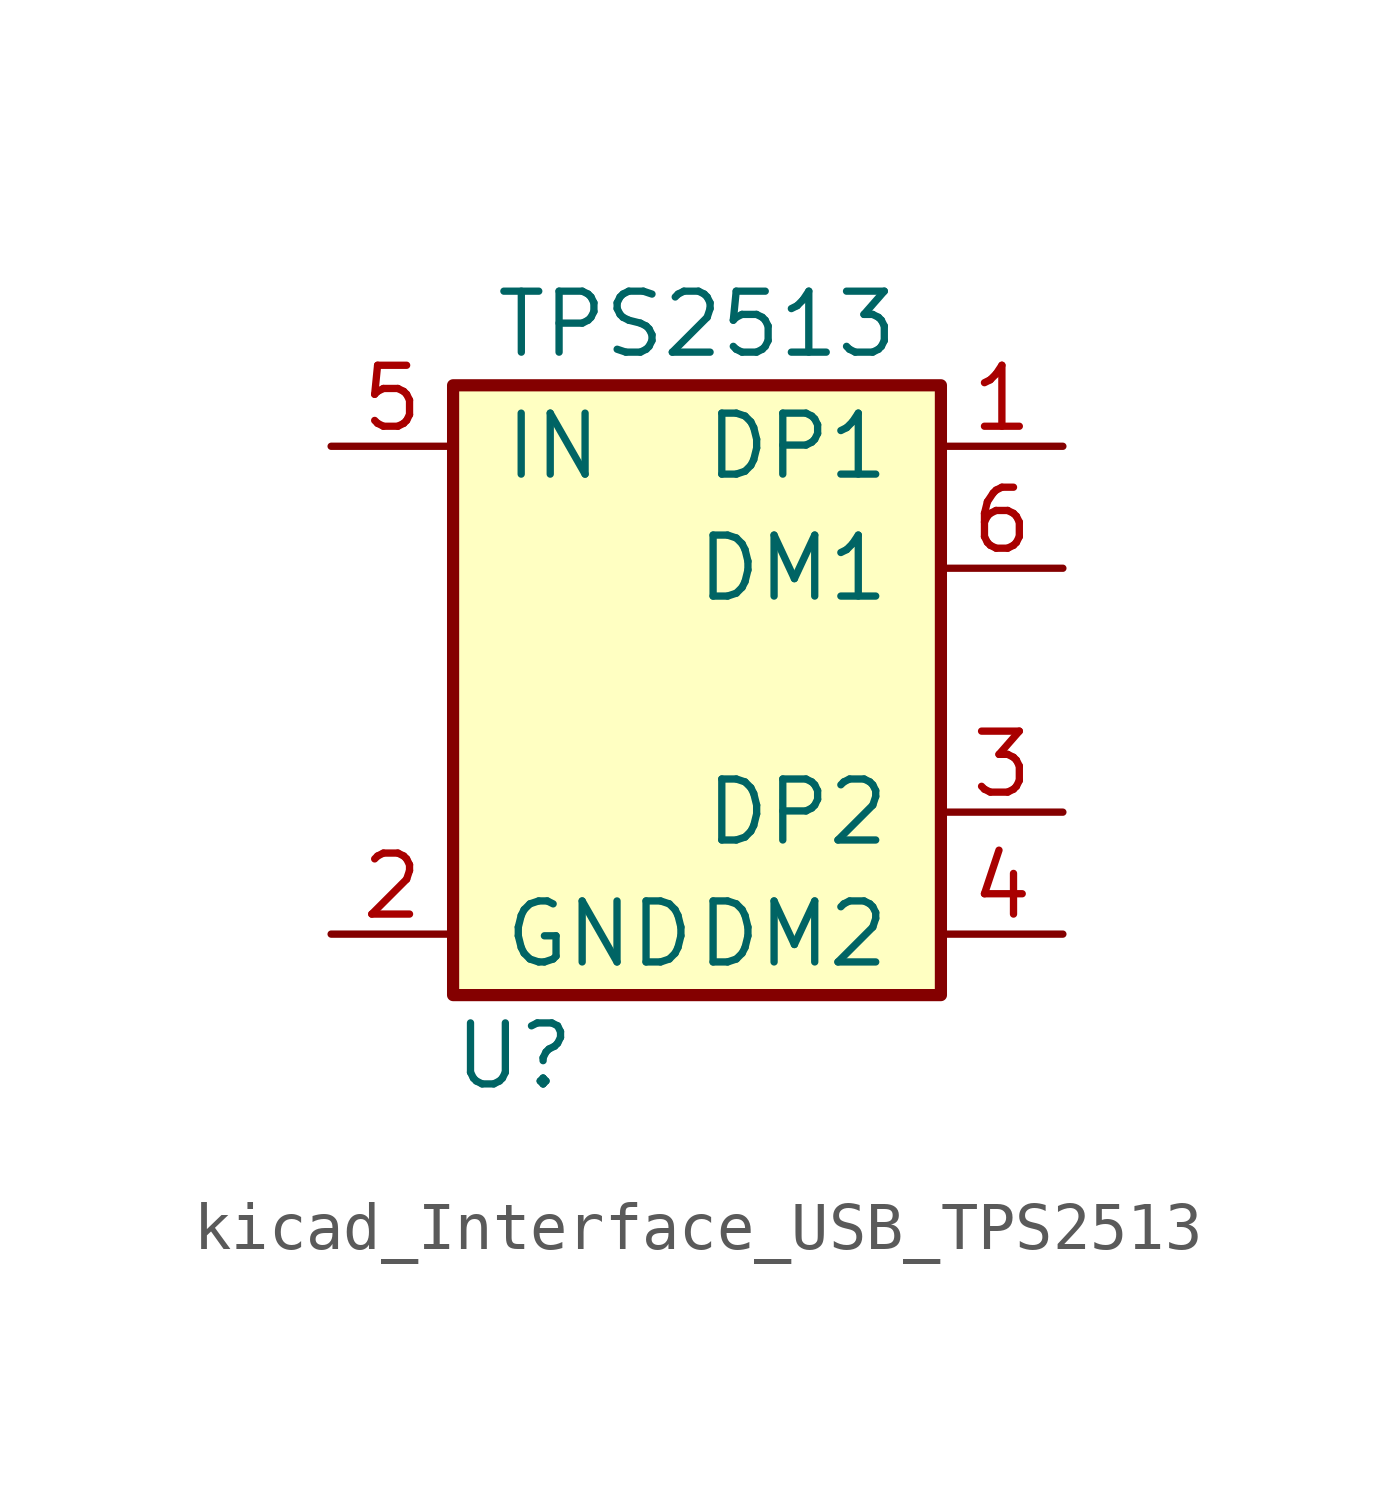
<source format=kicad_sym>
(kicad_symbol_lib
  (version 20220914)
  (generator kicad_symbol_editor)
  (symbol "kicad_Interface_USB_TPS2513"
    (pin_names
      (offset 1.016))
    (property "Reference" "U"
      (at -3.81 -7.62 0)
      (effects (font (size 1.27 1.27))))
    (property "Value" "TPS2513"
      (at 0 7.62 0)
      (effects (font (size 1.27 1.27))))
    (symbol "kicad_Interface_USB_TPS2513_0_1"
      (rectangle (start -5.08 6.35) (end 5.08 -6.35) (stroke (width 0.254) (type default)) (fill (type background))))
    (symbol "kicad_Interface_USB_TPS2513_1_1"
      (pin input line (at 7.62 5.08 180) (length 2.54) (name "DP1" (effects (font (size 1.27 1.27)))) (number "1" (effects (font (size 1.27 1.27)))))
      (pin power_in line (at -7.62 -5.08 0) (length 2.54) (name "GND" (effects (font (size 1.27 1.27)))) (number "2" (effects (font (size 1.27 1.27)))))
      (pin input line (at 7.62 -2.54 180) (length 2.54) (name "DP2" (effects (font (size 1.27 1.27)))) (number "3" (effects (font (size 1.27 1.27)))))
      (pin input line (at 7.62 -5.08 180) (length 2.54) (name "DM2" (effects (font (size 1.27 1.27)))) (number "4" (effects (font (size 1.27 1.27)))))
      (pin power_in line (at -7.62 5.08 0) (length 2.54) (name "IN" (effects (font (size 1.27 1.27)))) (number "5" (effects (font (size 1.27 1.27)))))
      (pin input line (at 7.62 2.54 180) (length 2.54) (name "DM1" (effects (font (size 1.27 1.27)))) (number "6" (effects (font (size 1.27 1.27))))))))
</source>
